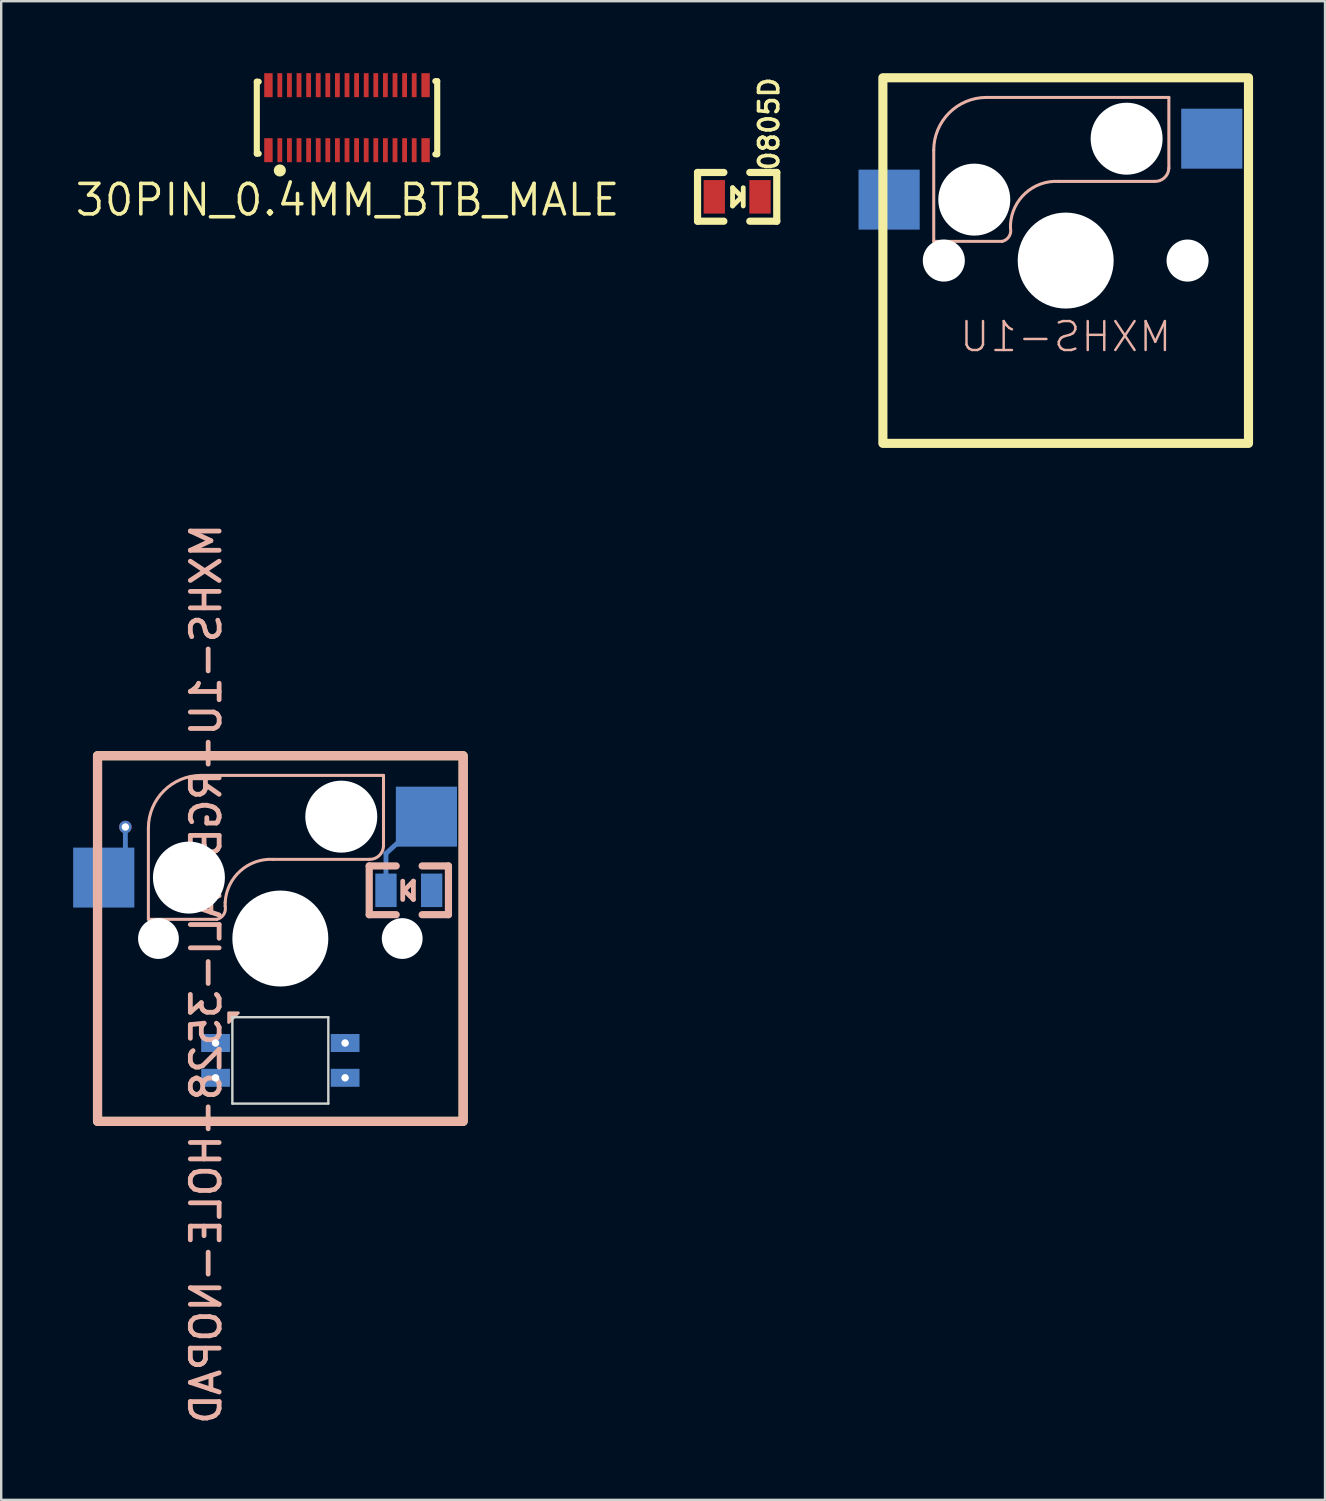
<source format=kicad_pcb>
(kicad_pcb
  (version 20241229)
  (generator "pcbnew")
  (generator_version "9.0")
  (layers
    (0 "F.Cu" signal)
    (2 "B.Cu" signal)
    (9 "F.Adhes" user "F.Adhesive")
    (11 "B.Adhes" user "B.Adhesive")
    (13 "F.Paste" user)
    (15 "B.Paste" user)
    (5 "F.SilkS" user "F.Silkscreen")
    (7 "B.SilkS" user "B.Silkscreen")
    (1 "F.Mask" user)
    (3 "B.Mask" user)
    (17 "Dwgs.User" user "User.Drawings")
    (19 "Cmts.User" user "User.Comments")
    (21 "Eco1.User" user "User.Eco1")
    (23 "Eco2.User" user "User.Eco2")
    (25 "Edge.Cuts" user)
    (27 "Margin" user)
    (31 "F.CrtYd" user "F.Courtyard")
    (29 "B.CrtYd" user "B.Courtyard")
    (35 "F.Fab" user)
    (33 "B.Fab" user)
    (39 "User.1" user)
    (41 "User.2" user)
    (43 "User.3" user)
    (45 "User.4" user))
  (footprint "MXHS-1U-RGB-ALI-3528-HOLE-NOPAD"
    (layer "F.Cu")
    (at 8.635 36.07)
    (property "Reference" "MXHS-1U-RGB-ALI-3528-HOLE-NOPAD" (at -3.096 1.473 90) (layer "B.SilkS") (effects (font (size 1.2 1.2) (thickness 0.2)) (justify mirror)))
    (attr through_hole)
    (fp_line (start -6.459 -4.389) (end -6.459 -2.54) (stroke (width 0.203) (type solid)) (layer "B.Cu"))
    (fp_line (start 4.403 -3.545) (end 6.09 -5.08) (stroke (width 0.203) (type solid)) (layer "B.Cu"))
    (fp_line (start 4.403 -2.01) (end 4.403 -3.545) (stroke (width 0.203) (type solid)) (layer "B.Cu"))
    (fp_rect (start -7.62 -7.62) (end 7.62 7.62) (stroke (width 0.381) (type solid)) (fill no) (layer "F.SilkS"))
    (fp_line (start -5.5 -0.8) (end -5.5 -4.6) (stroke (width 0.127) (type solid)) (layer "B.SilkS"))
    (fp_line (start -3.3 -6.8) (end 4.3 -6.8) (stroke (width 0.127) (type solid)) (layer "B.SilkS"))
    (fp_line (start -2.65 -0.8) (end -5.5 -0.8) (stroke (width 0.127) (type solid)) (layer "B.SilkS"))
    (fp_line (start -2.3 -1.5) (end -2.3 -1.35) (stroke (width 0.127) (type solid)) (layer "B.SilkS"))
    (fp_line (start 3.7 -3.3) (end -0.3 -3.3) (stroke (width 0.127) (type solid)) (layer "B.SilkS"))
    (fp_line (start 3.705 -3.026) (end 3.705 -0.994) (stroke (width 0.3) (type solid)) (layer "B.SilkS"))
    (fp_line (start 3.705 -0.994) (end 4.829 -0.994) (stroke (width 0.3) (type solid)) (layer "B.SilkS"))
    (fp_line (start 4.3 -6.8) (end 4.3 -3.85) (stroke (width 0.127) (type solid)) (layer "B.SilkS"))
    (fp_line (start 4.829 -3.026) (end 3.705 -3.026) (stroke (width 0.3) (type solid)) (layer "B.SilkS"))
    (fp_line (start 5.102 -2.391) (end 5.102 -1.629) (stroke (width 0.2) (type solid)) (layer "B.SilkS"))
    (fp_line (start 5.165 -2.01) (end 5.546 -2.391) (stroke (width 0.2) (type solid)) (layer "B.SilkS"))
    (fp_line (start 5.546 -2.391) (end 5.546 -1.629) (stroke (width 0.2) (type solid)) (layer "B.SilkS"))
    (fp_line (start 5.546 -1.629) (end 5.165 -2.01) (stroke (width 0.2) (type solid)) (layer "B.SilkS"))
    (fp_line (start 5.91 -3.026) (end 7.007 -3.026) (stroke (width 0.3) (type solid)) (layer "B.SilkS"))
    (fp_line (start 7.007 -3.026) (end 7.007 -0.994) (stroke (width 0.3) (type solid)) (layer "B.SilkS"))
    (fp_line (start 7.007 -0.994) (end 5.91 -0.994) (stroke (width 0.3) (type solid)) (layer "B.SilkS"))
    (fp_rect (start -7.62 -7.62) (end 7.62 7.62) (stroke (width 0.381) (type solid)) (fill no) (layer "B.SilkS"))
    (fp_arc (start -5.5 -4.6) (mid -4.855635 -6.155635) (end -3.3 -6.8) (stroke (width 0.127) (type solid)) (layer "B.SilkS"))
    (fp_arc (start -2.3 -1.35) (mid -2.361091 -1.002513) (end -2.65 -0.8) (stroke (width 0.127) (type solid)) (layer "B.SilkS"))
    (fp_arc (start -2.299999 -1.499999) (mid -1.672792 -2.814213) (end -0.3 -3.3) (stroke (width 0.127) (type solid)) (layer "B.SilkS"))
    (fp_arc (start 4.3 -3.85) (mid 4.113909 -3.450736) (end 3.7 -3.3) (stroke (width 0.127) (type solid)) (layer "B.SilkS"))
    (fp_poly (pts (xy -2.153 3.499) (xy -2.154 3.098) (xy -1.751 3.097)) (stroke (width 0.12) (type solid)) (fill yes) (layer "B.SilkS"))
    (fp_line (start -2 3.28) (end -2 6.88) (stroke (width 0.1) (type solid)) (layer "Edge.Cuts"))
    (fp_line (start -2 3.28) (end 2 3.28) (stroke (width 0.1) (type solid)) (layer "Edge.Cuts"))
    (fp_line (start -2 6.88) (end 2 6.88) (stroke (width 0.1) (type solid)) (layer "Edge.Cuts"))
    (fp_line (start 2 3.28) (end 2 6.88) (stroke (width 0.1) (type solid)) (layer "Edge.Cuts"))
    (pad "" smd rect (at -7.36 -2.54) (size 2.55 2.5) (layers "B.Cu" "B.Mask" "B.Paste"))
    (pad "" np_thru_hole circle (at -5.08 0) (size 1.7 1.7) (drill 1.7) (layers "*.Cu"))
    (pad "" np_thru_hole circle (at -3.81 -2.54) (size 3 3) (drill 3) (layers "*.Cu"))
    (pad "" smd rect (at -2.7 4.355) (size 1.2 0.75) (layers "B.Cu" "B.Mask" "B.Paste"))
    (pad "" smd rect (at -2.7 5.805) (size 1.2 0.75) (layers "B.Cu" "B.Mask" "B.Paste"))
    (pad "" np_thru_hole circle (at 0 0) (size 4 4) (drill 4) (layers "*.Cu"))
    (pad "" np_thru_hole circle (at 2.54 -5.08) (size 3 3) (drill 3) (layers "*.Cu"))
    (pad "" smd rect (at 2.7 4.355) (size 1.2 0.75) (layers "B.Cu" "B.Mask" "B.Paste"))
    (pad "" smd rect (at 2.7 5.805) (size 1.2 0.75) (layers "B.Cu" "B.Mask" "B.Paste"))
    (pad "" smd rect (at 4.403 -2.01) (size 0.889 1.397) (layers "B.Cu" "B.Mask" "B.Paste"))
    (pad "" np_thru_hole circle (at 5.08 0) (size 1.7 1.7) (drill 1.7) (layers "*.Cu"))
    (pad "" smd rect (at 6.09 -5.08) (size 2.55 2.5) (layers "B.Cu" "B.Mask" "B.Paste"))
    (pad "1" smd rect (at 6.308 -2.01) (size 0.889 1.397) (layers "B.Cu" "B.Mask" "B.Paste"))
    (pad "2" thru_hole circle (at -6.459 -4.649) (size 0.52 0.52) (drill 0.31) (layers "*.Cu" "*.Mask"))
    (pad "DI" thru_hole circle (at -2.7 5.805) (size 0.52 0.52) (drill 0.31) (layers "*.Cu" "*.Mask"))
    (pad "DO" thru_hole circle (at 2.7 4.355) (size 0.52 0.52) (drill 0.31) (layers "*.Cu" "*.Mask"))
    (pad "GND" thru_hole circle (at -2.7 4.355) (size 0.52 0.52) (drill 0.31) (layers "*.Cu" "*.Mask"))
    (pad "VCC" thru_hole circle (at 2.7 5.805) (size 0.52 0.52) (drill 0.31) (layers "*.Cu" "*.Mask")))
  (footprint "30PIN_0.4MM_BTB_MALE"
    (layer "F.Cu")
    (at 11.414 1.855)
    (property "Reference" "30PIN_0.4MM_BTB_MALE" (at 0.024 3.429 0) (layer "F.SilkS") (effects (font (size 1.27 1.27) (thickness 0.15))))
    (attr smd)
    (fp_line (start -3.76 -1.5) (end -3.76 1.5) (stroke (width 0.254) (type solid)) (layer "F.SilkS"))
    (fp_line (start -3.76 -1.5) (end -3.681 -1.5) (stroke (width 0.254) (type solid)) (layer "F.SilkS"))
    (fp_line (start -3.76 1.5) (end -3.681 1.5) (stroke (width 0.254) (type solid)) (layer "F.SilkS"))
    (fp_line (start 3.76 -1.523) (end 3.681 -1.523) (stroke (width 0.254) (type solid)) (layer "F.SilkS"))
    (fp_line (start 3.76 -1.523) (end 3.76 1.525) (stroke (width 0.254) (type solid)) (layer "F.SilkS"))
    (fp_line (start 3.76 1.525) (end 3.681 1.525) (stroke (width 0.254) (type solid)) (layer "F.SilkS"))
    (fp_circle (center -2.8 2.2) (end -2.673 2.2) (stroke (width 0.254) (type solid)) (fill no) (layer "F.SilkS"))
    (pad "1" smd rect (at -2.8 1.355) (size 0.2 1) (layers "F.Cu" "F.Mask" "F.Paste"))
    (pad "2" smd rect (at -2.8 -1.355) (size 0.2 1) (layers "F.Cu" "F.Mask" "F.Paste"))
    (pad "3" smd rect (at -2.4 1.355) (size 0.2 1) (layers "F.Cu" "F.Mask" "F.Paste"))
    (pad "4" smd rect (at -2.4 -1.355) (size 0.2 1) (layers "F.Cu" "F.Mask" "F.Paste"))
    (pad "5" smd rect (at -2 1.355) (size 0.2 1) (layers "F.Cu" "F.Mask" "F.Paste"))
    (pad "6" smd rect (at -2 -1.355) (size 0.2 1) (layers "F.Cu" "F.Mask" "F.Paste"))
    (pad "7" smd rect (at -1.6 1.355) (size 0.2 1) (layers "F.Cu" "F.Mask" "F.Paste"))
    (pad "8" smd rect (at -1.6 -1.355) (size 0.2 1) (layers "F.Cu" "F.Mask" "F.Paste"))
    (pad "9" smd rect (at -1.2 1.355) (size 0.2 1) (layers "F.Cu" "F.Mask" "F.Paste"))
    (pad "10" smd rect (at -1.2 -1.355) (size 0.2 1) (layers "F.Cu" "F.Mask" "F.Paste"))
    (pad "11" smd rect (at -0.8 1.355) (size 0.2 1) (layers "F.Cu" "F.Mask" "F.Paste"))
    (pad "12" smd rect (at -0.8 -1.355) (size 0.2 1) (layers "F.Cu" "F.Mask" "F.Paste"))
    (pad "13" smd rect (at -0.4 1.355) (size 0.2 1) (layers "F.Cu" "F.Mask" "F.Paste"))
    (pad "14" smd rect (at -0.4 -1.355) (size 0.2 1) (layers "F.Cu" "F.Mask" "F.Paste"))
    (pad "15" smd rect (at 0 1.355) (size 0.2 1) (layers "F.Cu" "F.Mask" "F.Paste"))
    (pad "16" smd rect (at 0 -1.355) (size 0.2 1) (layers "F.Cu" "F.Mask" "F.Paste"))
    (pad "17" smd rect (at 0.4 1.355) (size 0.2 1) (layers "F.Cu" "F.Mask" "F.Paste"))
    (pad "18" smd rect (at 0.4 -1.355) (size 0.2 1) (layers "F.Cu" "F.Mask" "F.Paste"))
    (pad "19" smd rect (at 0.8 1.355) (size 0.2 1) (layers "F.Cu" "F.Mask" "F.Paste"))
    (pad "20" smd rect (at 0.8 -1.355) (size 0.2 1) (layers "F.Cu" "F.Mask" "F.Paste"))
    (pad "21" smd rect (at 1.2 1.355) (size 0.2 1) (layers "F.Cu" "F.Mask" "F.Paste"))
    (pad "22" smd rect (at 1.2 -1.355) (size 0.2 1) (layers "F.Cu" "F.Mask" "F.Paste"))
    (pad "23" smd rect (at 1.6 1.355) (size 0.2 1) (layers "F.Cu" "F.Mask" "F.Paste"))
    (pad "24" smd rect (at 1.6 -1.355) (size 0.2 1) (layers "F.Cu" "F.Mask" "F.Paste"))
    (pad "25" smd rect (at 2 1.355) (size 0.2 1) (layers "F.Cu" "F.Mask" "F.Paste"))
    (pad "26" smd rect (at 2 -1.355 180) (size 0.2 1) (layers "F.Cu" "F.Mask" "F.Paste"))
    (pad "27" smd rect (at 2.4 1.355 180) (size 0.2 1) (layers "F.Cu" "F.Mask" "F.Paste"))
    (pad "28" smd rect (at 2.4 -1.355 180) (size 0.2 1) (layers "F.Cu" "F.Mask" "F.Paste"))
    (pad "29" smd rect (at 2.8 1.355 180) (size 0.2 1) (layers "F.Cu" "F.Mask" "F.Paste"))
    (pad "30" smd rect (at 2.8 -1.355 180) (size 0.2 1) (layers "F.Cu" "F.Mask" "F.Paste"))
    (pad "31" smd rect (at 3.275 1.355) (size 0.35 1) (layers "F.Cu" "F.Mask" "F.Paste"))
    (pad "32" smd rect (at 3.275 -1.355) (size 0.35 1) (layers "F.Cu" "F.Mask" "F.Paste"))
    (pad "33" smd rect (at -3.275 1.355) (size 0.35 1) (layers "F.Cu" "F.Mask" "F.Paste"))
    (pad "34" smd rect (at -3.275 -1.355) (size 0.35 1) (layers "F.Cu" "F.Mask" "F.Paste")))
  (footprint "0805D"
    (layer "F.Cu")
    (at 27.676 5.154)
    (property "Reference" "0805D" (at 1.328 -1.016 90) (layer "F.SilkS") (effects (font (size 0.8 0.8) (thickness 0.15)) (justify left)))
    (attr smd)
    (fp_line (start -1.651 -1.016) (end -1.651 1.016) (stroke (width 0.3) (type solid)) (layer "F.SilkS"))
    (fp_line (start -1.651 1.016) (end -0.554 1.016) (stroke (width 0.3) (type solid)) (layer "F.SilkS"))
    (fp_line (start -0.554 -1.016) (end -1.651 -1.016) (stroke (width 0.3) (type solid)) (layer "F.SilkS"))
    (fp_line (start -0.191 -0.381) (end -0.191 0.381) (stroke (width 0.2) (type solid)) (layer "F.SilkS"))
    (fp_line (start -0.191 0.381) (end 0.191 0) (stroke (width 0.2) (type solid)) (layer "F.SilkS"))
    (fp_line (start 0.191 0) (end -0.191 -0.381) (stroke (width 0.2) (type solid)) (layer "F.SilkS"))
    (fp_line (start 0.254 -0.381) (end 0.254 0.381) (stroke (width 0.2) (type solid)) (layer "F.SilkS"))
    (fp_line (start 0.527 -1.016) (end 1.651 -1.016) (stroke (width 0.3) (type solid)) (layer "F.SilkS"))
    (fp_line (start 1.651 -1.016) (end 1.651 1.016) (stroke (width 0.3) (type solid)) (layer "F.SilkS"))
    (fp_line (start 1.651 1.016) (end 0.527 1.016) (stroke (width 0.3) (type solid)) (layer "F.SilkS"))
    (pad "1" smd rect (at -0.953 0) (size 0.889 1.397) (layers "F.Cu" "F.Mask" "F.Paste"))
    (pad "2" smd rect (at 0.953 0) (size 0.889 1.397) (layers "F.Cu" "F.Mask" "F.Paste")))
  (footprint "MXHS-1U"
    (layer "F.Cu")
    (at 41.37 7.811)
    (property "Reference" "MXHS-1U" (at 0 3.175 0) (layer "B.SilkS") (effects (font (size 1.206 1.206) (thickness 0.102)) (justify mirror)))
    (attr through_hole)
    (fp_rect (start -7.62 -7.62) (end 7.62 7.62) (stroke (width 0.381) (type solid)) (fill no) (layer "F.SilkS"))
    (fp_line (start -5.5 -0.8) (end -5.5 -4.6) (stroke (width 0.127) (type solid)) (layer "B.SilkS"))
    (fp_line (start -3.3 -6.8) (end 4.3 -6.8) (stroke (width 0.127) (type solid)) (layer "B.SilkS"))
    (fp_line (start -2.65 -0.8) (end -5.5 -0.8) (stroke (width 0.127) (type solid)) (layer "B.SilkS"))
    (fp_line (start -2.3 -1.5) (end -2.3 -1.35) (stroke (width 0.127) (type solid)) (layer "B.SilkS"))
    (fp_line (start 3.7 -3.3) (end -0.3 -3.3) (stroke (width 0.127) (type solid)) (layer "B.SilkS"))
    (fp_line (start 4.3 -6.8) (end 4.3 -3.85) (stroke (width 0.127) (type solid)) (layer "B.SilkS"))
    (fp_arc (start -5.5 -4.6) (mid -4.855635 -6.155635) (end -3.3 -6.8) (stroke (width 0.127) (type solid)) (layer "B.SilkS"))
    (fp_arc (start -2.3 -1.35) (mid -2.361091 -1.002513) (end -2.65 -0.8) (stroke (width 0.127) (type solid)) (layer "B.SilkS"))
    (fp_arc (start -2.299999 -1.499999) (mid -1.672792 -2.814213) (end -0.3 -3.3) (stroke (width 0.127) (type solid)) (layer "B.SilkS"))
    (fp_arc (start 4.3 -3.85) (mid 4.113909 -3.450736) (end 3.7 -3.3) (stroke (width 0.127) (type solid)) (layer "B.SilkS"))
    (pad "" np_thru_hole circle (at -5.08 0) (size 1.753 1.753) (drill 1.753) (layers "*.Cu"))
    (pad "" np_thru_hole circle (at -3.81 -2.54) (size 3 3) (drill 3) (layers "*.Cu"))
    (pad "" np_thru_hole circle (at 0 0) (size 4 4) (drill 4) (layers "*.Cu"))
    (pad "" np_thru_hole circle (at 2.54 -5.08) (size 3 3) (drill 3) (layers "*.Cu"))
    (pad "" np_thru_hole circle (at 5.08 0) (size 1.753 1.753) (drill 1.753) (layers "*.Cu"))
    (pad "MX1" smd rect (at -7.36 -2.54) (size 2.55 2.5) (layers "B.Cu" "B.Mask" "B.Paste"))
    (pad "MX2" smd rect (at 6.09 -5.08) (size 2.55 2.5) (layers "B.Cu" "B.Mask" "B.Paste")))
  (gr_rect
    (start -3 -3)
    (end 52.18 59.467)
    (stroke (width 0.1) (type default))
    (fill no)
    (layer "Edge.Cuts")))
</source>
